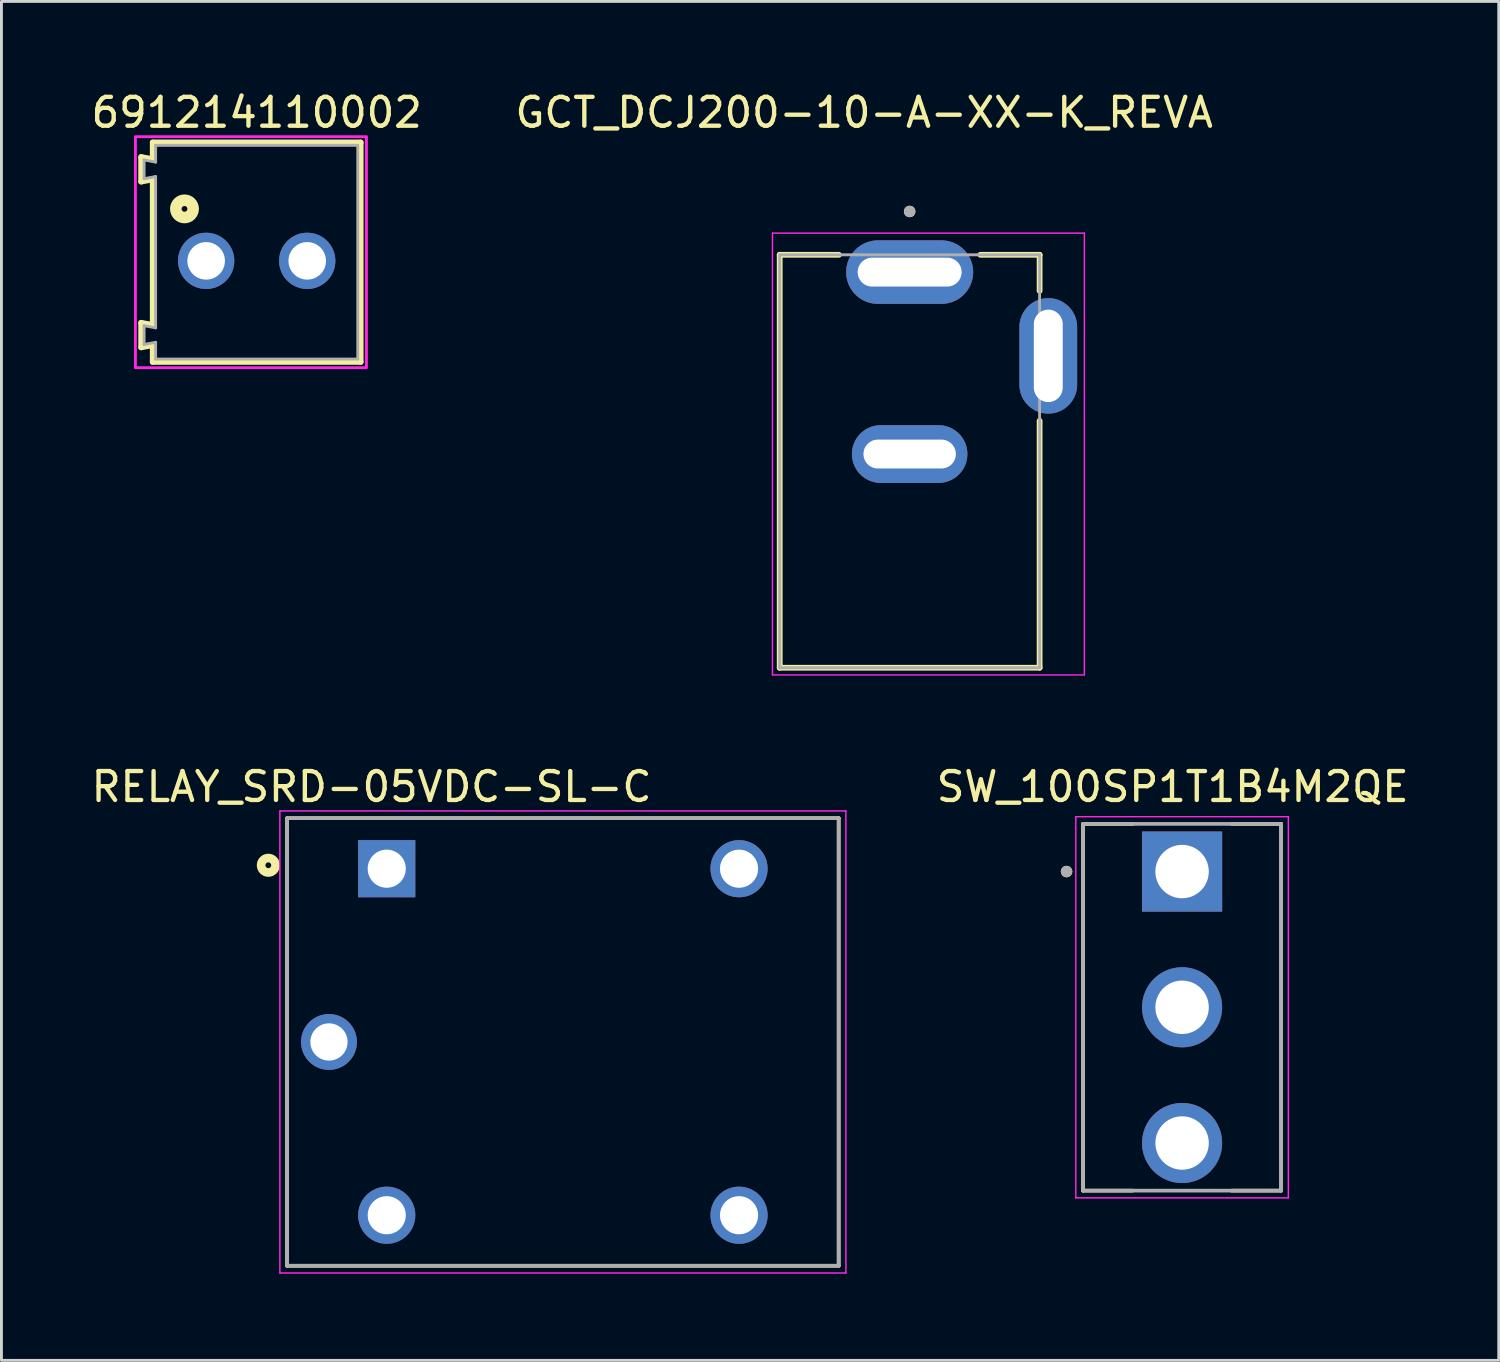
<source format=kicad_pcb>
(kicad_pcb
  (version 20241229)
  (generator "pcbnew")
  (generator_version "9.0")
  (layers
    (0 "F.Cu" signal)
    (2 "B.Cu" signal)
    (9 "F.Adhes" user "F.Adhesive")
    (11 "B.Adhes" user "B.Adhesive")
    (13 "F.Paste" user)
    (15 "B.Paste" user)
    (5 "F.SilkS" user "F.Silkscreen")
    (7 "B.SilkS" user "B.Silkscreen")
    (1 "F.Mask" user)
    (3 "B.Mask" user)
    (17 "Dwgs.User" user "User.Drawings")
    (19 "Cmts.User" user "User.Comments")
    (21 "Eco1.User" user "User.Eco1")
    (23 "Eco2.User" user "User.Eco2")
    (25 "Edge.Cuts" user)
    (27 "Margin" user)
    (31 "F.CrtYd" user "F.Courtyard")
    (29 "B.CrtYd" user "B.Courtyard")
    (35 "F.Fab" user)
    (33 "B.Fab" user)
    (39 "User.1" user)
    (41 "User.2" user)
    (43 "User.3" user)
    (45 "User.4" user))
  (footprint "691214110002"
    (layer "F.Cu")
    (at 5.839 5.983)
    (property "Reference" "691214110002" (at 0 -5.135 0) (layer "F.SilkS") (effects (font (size 1 1) (thickness 0.15))))
    (attr through_hole)
    (fp_line (start -4 -3.595) (end -3.6 -3.52) (stroke (width 0.2) (type solid)) (layer "F.SilkS"))
    (fp_line (start -4 -2.745) (end -4 -3.595) (stroke (width 0.2) (type solid)) (layer "F.SilkS"))
    (fp_line (start -4 2.145) (end -3.6 2.22) (stroke (width 0.2) (type solid)) (layer "F.SilkS"))
    (fp_line (start -4 2.995) (end -4 2.145) (stroke (width 0.2) (type solid)) (layer "F.SilkS"))
    (fp_line (start -3.6 -4.1) (end 3.6 -4.1) (stroke (width 0.2) (type solid)) (layer "F.SilkS"))
    (fp_line (start -3.6 -3.52) (end -3.6 -4.1) (stroke (width 0.2) (type solid)) (layer "F.SilkS"))
    (fp_line (start -3.6 -2.82) (end -4 -2.745) (stroke (width 0.2) (type solid)) (layer "F.SilkS"))
    (fp_line (start -3.6 2.22) (end -3.6 -2.82) (stroke (width 0.2) (type solid)) (layer "F.SilkS"))
    (fp_line (start -3.6 2.92) (end -4 2.995) (stroke (width 0.2) (type solid)) (layer "F.SilkS"))
    (fp_line (start -3.6 3.5) (end -3.6 2.92) (stroke (width 0.2) (type solid)) (layer "F.SilkS"))
    (fp_line (start 3.6 -4.1) (end 3.6 3.5) (stroke (width 0.2) (type solid)) (layer "F.SilkS"))
    (fp_line (start 3.6 3.5) (end -3.6 3.5) (stroke (width 0.2) (type solid)) (layer "F.SilkS"))
    (fp_circle (center -2.5 -1.8) (end -2.4 -1.8) (stroke (width 0.4) (type solid)) (fill no) (layer "F.SilkS"))
    (fp_poly (pts (xy -4.2 -4.3) (xy 3.8 -4.3) (xy 3.8 3.7) (xy -4.2 3.7)) (stroke (width 0.1) (type solid)) (fill no) (layer "F.CrtYd"))
    (fp_line (start -3.9 -3.495) (end -3.9 -2.845) (stroke (width 0.1) (type solid)) (layer "F.Fab"))
    (fp_line (start -3.9 -2.845) (end -3.5 -2.92) (stroke (width 0.1) (type solid)) (layer "F.Fab"))
    (fp_line (start -3.9 2.245) (end -3.9 2.895) (stroke (width 0.1) (type solid)) (layer "F.Fab"))
    (fp_line (start -3.9 2.245) (end -3.5 2.32) (stroke (width 0.1) (type solid)) (layer "F.Fab"))
    (fp_line (start -3.9 2.895) (end -3.5 2.82) (stroke (width 0.1) (type solid)) (layer "F.Fab"))
    (fp_line (start -3.5 -4) (end -3.5 -3.42) (stroke (width 0.1) (type solid)) (layer "F.Fab"))
    (fp_line (start -3.5 -3.42) (end -3.9 -3.495) (stroke (width 0.1) (type solid)) (layer "F.Fab"))
    (fp_line (start -3.5 -2.92) (end -3.5 2.32) (stroke (width 0.1) (type solid)) (layer "F.Fab"))
    (fp_line (start -3.5 2.82) (end -3.5 3.4) (stroke (width 0.1) (type solid)) (layer "F.Fab"))
    (fp_line (start -3.5 3.4) (end 3.5 3.4) (stroke (width 0.1) (type solid)) (layer "F.Fab"))
    (fp_line (start 3.5 -4) (end -3.5 -4) (stroke (width 0.1) (type solid)) (layer "F.Fab"))
    (fp_line (start 3.5 3.4) (end 3.5 -4) (stroke (width 0.1) (type solid)) (layer "F.Fab"))
    (pad "1" thru_hole circle (at -1.75 0) (size 1.95 1.95) (drill 1.3) (layers "*.Cu" "*.Mask"))
    (pad "2" thru_hole circle (at 1.75 0) (size 1.95 1.95) (drill 1.3) (layers "*.Cu" "*.Mask")))
  (footprint "GCT_DCJ200-10-A-XX-K_REVA"
    (layer "F.Cu")
    (at 28.45 12.923)
    (property "Reference" "GCT_DCJ200-10-A-XX-K_REVA" (at -1.575 -12.075 0) (layer "F.SilkS") (effects (font (size 1 1) (thickness 0.15))))
    (attr through_hole)
    (fp_line (start -4.5 7.15) (end -4.5 -7.15) (stroke (width 0.2) (type solid)) (layer "F.SilkS"))
    (fp_line (start -4.5 7.15) (end 4.5 7.15) (stroke (width 0.2) (type solid)) (layer "F.SilkS"))
    (fp_line (start -2.45 -7.15) (end -4.5 -7.15) (stroke (width 0.2) (type solid)) (layer "F.SilkS"))
    (fp_line (start 2.45 -7.15) (end 4.5 -7.15) (stroke (width 0.2) (type solid)) (layer "F.SilkS"))
    (fp_line (start 4.5 -7.15) (end 4.5 -5.9) (stroke (width 0.2) (type solid)) (layer "F.SilkS"))
    (fp_line (start 4.5 7.15) (end 4.5 -1.4) (stroke (width 0.2) (type solid)) (layer "F.SilkS"))
    (fp_circle (center 0 -8.65) (end 0.1 -8.65) (stroke (width 0.2) (type solid)) (fill no) (layer "F.SilkS"))
    (fp_line (start -4.75 -7.9) (end -4.75 7.4) (stroke (width 0.05) (type solid)) (layer "F.CrtYd"))
    (fp_line (start -4.75 7.4) (end 6.05 7.4) (stroke (width 0.05) (type solid)) (layer "F.CrtYd"))
    (fp_line (start 6.05 -7.9) (end -4.75 -7.9) (stroke (width 0.05) (type solid)) (layer "F.CrtYd"))
    (fp_line (start 6.05 7.4) (end 6.05 -7.9) (stroke (width 0.05) (type solid)) (layer "F.CrtYd"))
    (fp_line (start -4.5 -7.15) (end 4.5 -7.15) (stroke (width 0.1) (type solid)) (layer "F.Fab"))
    (fp_line (start -4.5 7.15) (end -4.5 -7.15) (stroke (width 0.1) (type solid)) (layer "F.Fab"))
    (fp_line (start -4.5 7.15) (end 4.5 7.15) (stroke (width 0.1) (type solid)) (layer "F.Fab"))
    (fp_line (start 4.5 7.15) (end 4.5 -7.15) (stroke (width 0.1) (type solid)) (layer "F.Fab"))
    (fp_circle (center 0 -8.65) (end 0.1 -8.65) (stroke (width 0.2) (type solid)) (fill no) (layer "F.Fab"))
    (pad "1" thru_hole oval (at 0 -6.55) (size 4.4 2.2) (drill oval 3.6 1) (layers "*.Cu" "*.Mask"))
    (pad "2" thru_hole oval (at 0 -0.25) (size 4 2) (drill oval 3.2 1) (layers "*.Cu" "*.Mask"))
    (pad "3" thru_hole oval (at 4.8 -3.65) (size 2 4) (drill oval 1 3.2) (layers "*.Cu" "*.Mask")))
  (footprint "RELAY_SRD-05VDC-SL-C"
    (layer "F.Cu")
    (at 16.442 33.032)
    (property "Reference" "RELAY_SRD-05VDC-SL-C" (at -6.626 -8.836 0) (layer "F.SilkS") (effects (font (size 1 1) (thickness 0.15))))
    (attr through_hole)
    (fp_line (start -9.55 -7.75) (end 9.55 -7.75) (stroke (width 0.127) (type solid)) (layer "F.SilkS"))
    (fp_line (start -9.55 7.75) (end -9.55 -7.75) (stroke (width 0.127) (type solid)) (layer "F.SilkS"))
    (fp_line (start 9.55 -7.75) (end 9.55 7.75) (stroke (width 0.127) (type solid)) (layer "F.SilkS"))
    (fp_line (start 9.55 7.75) (end -9.55 7.75) (stroke (width 0.127) (type solid)) (layer "F.SilkS"))
    (fp_circle (center -10.2 -6.119) (end -10.1 -6.119) (stroke (width 0.3) (type solid)) (fill no) (layer "F.SilkS"))
    (fp_line (start -9.8 -8) (end 9.8 -8) (stroke (width 0.05) (type solid)) (layer "F.CrtYd"))
    (fp_line (start -9.8 8) (end -9.8 -8) (stroke (width 0.05) (type solid)) (layer "F.CrtYd"))
    (fp_line (start 9.8 -8) (end 9.8 8) (stroke (width 0.05) (type solid)) (layer "F.CrtYd"))
    (fp_line (start 9.8 8) (end -9.8 8) (stroke (width 0.05) (type solid)) (layer "F.CrtYd"))
    (fp_line (start -9.55 -7.75) (end 9.55 -7.75) (stroke (width 0.127) (type solid)) (layer "F.Fab"))
    (fp_line (start -9.55 7.75) (end -9.55 -7.75) (stroke (width 0.127) (type solid)) (layer "F.Fab"))
    (fp_line (start 9.55 -7.75) (end 9.55 7.75) (stroke (width 0.127) (type solid)) (layer "F.Fab"))
    (fp_line (start 9.55 7.75) (end -9.55 7.75) (stroke (width 0.127) (type solid)) (layer "F.Fab"))
    (pad "A1" thru_hole rect (at -6.1 -6) (size 1.98 1.98) (drill 1.32) (layers "*.Cu" "*.Mask"))
    (pad "A2" thru_hole circle (at -6.1 6) (size 1.98 1.98) (drill 1.32) (layers "*.Cu" "*.Mask"))
    (pad "COM" thru_hole circle (at -8.1 0) (size 1.935 1.935) (drill 1.29) (layers "*.Cu" "*.Mask"))
    (pad "NC" thru_hole circle (at 6.1 -6) (size 1.98 1.98) (drill 1.32) (layers "*.Cu" "*.Mask"))
    (pad "NO" thru_hole circle (at 6.1 6) (size 1.98 1.98) (drill 1.32) (layers "*.Cu" "*.Mask")))
  (footprint "SW_100SP1T1B4M2QE"
    (layer "F.Cu")
    (at 37.884 31.831)
    (property "Reference" "SW_100SP1T1B4M2QE" (at -0.325 -7.635 0) (layer "F.SilkS") (effects (font (size 1 1) (thickness 0.15))))
    (attr through_hole)
    (fp_line (start -3.43 6.35) (end -3.43 -6.35) (stroke (width 0.127) (type solid)) (layer "F.SilkS"))
    (fp_line (start -1.71 -6.35) (end -3.43 -6.35) (stroke (width 0.127) (type solid)) (layer "F.SilkS"))
    (fp_line (start -1.71 6.35) (end -3.43 6.35) (stroke (width 0.127) (type solid)) (layer "F.SilkS"))
    (fp_line (start 3.43 -6.35) (end 1.71 -6.35) (stroke (width 0.127) (type solid)) (layer "F.SilkS"))
    (fp_line (start 3.43 -6.35) (end 3.43 6.35) (stroke (width 0.127) (type solid)) (layer "F.SilkS"))
    (fp_line (start 3.43 6.35) (end 1.71 6.35) (stroke (width 0.127) (type solid)) (layer "F.SilkS"))
    (fp_circle (center -4 -4.7) (end -3.9 -4.7) (stroke (width 0.2) (type solid)) (fill no) (layer "F.SilkS"))
    (fp_line (start -3.68 -6.6) (end -3.68 6.6) (stroke (width 0.05) (type solid)) (layer "F.CrtYd"))
    (fp_line (start -3.68 6.6) (end 3.68 6.6) (stroke (width 0.05) (type solid)) (layer "F.CrtYd"))
    (fp_line (start 3.68 -6.6) (end -3.68 -6.6) (stroke (width 0.05) (type solid)) (layer "F.CrtYd"))
    (fp_line (start 3.68 6.6) (end 3.68 -6.6) (stroke (width 0.05) (type solid)) (layer "F.CrtYd"))
    (fp_line (start -3.43 -6.35) (end -3.43 6.35) (stroke (width 0.127) (type solid)) (layer "F.Fab"))
    (fp_line (start -3.43 6.35) (end 3.43 6.35) (stroke (width 0.127) (type solid)) (layer "F.Fab"))
    (fp_line (start 3.43 -6.35) (end -3.43 -6.35) (stroke (width 0.127) (type solid)) (layer "F.Fab"))
    (fp_line (start 3.43 6.35) (end 3.43 -6.35) (stroke (width 0.127) (type solid)) (layer "F.Fab"))
    (fp_circle (center -4 -4.7) (end -3.9 -4.7) (stroke (width 0.2) (type solid)) (fill no) (layer "F.Fab"))
    (pad "1" thru_hole rect (at 0 -4.7) (size 2.775 2.775) (drill 1.85) (layers "*.Cu" "*.Mask"))
    (pad "2" thru_hole circle (at 0 0) (size 2.775 2.775) (drill 1.85) (layers "*.Cu" "*.Mask"))
    (pad "3" thru_hole circle (at 0 4.7) (size 2.775 2.775) (drill 1.85) (layers "*.Cu" "*.Mask")))
  (gr_rect
    (start -3 -3)
    (end 48.85 44.057)
    (stroke (width 0.1) (type default))
    (fill no)
    (layer "Edge.Cuts")))
</source>
